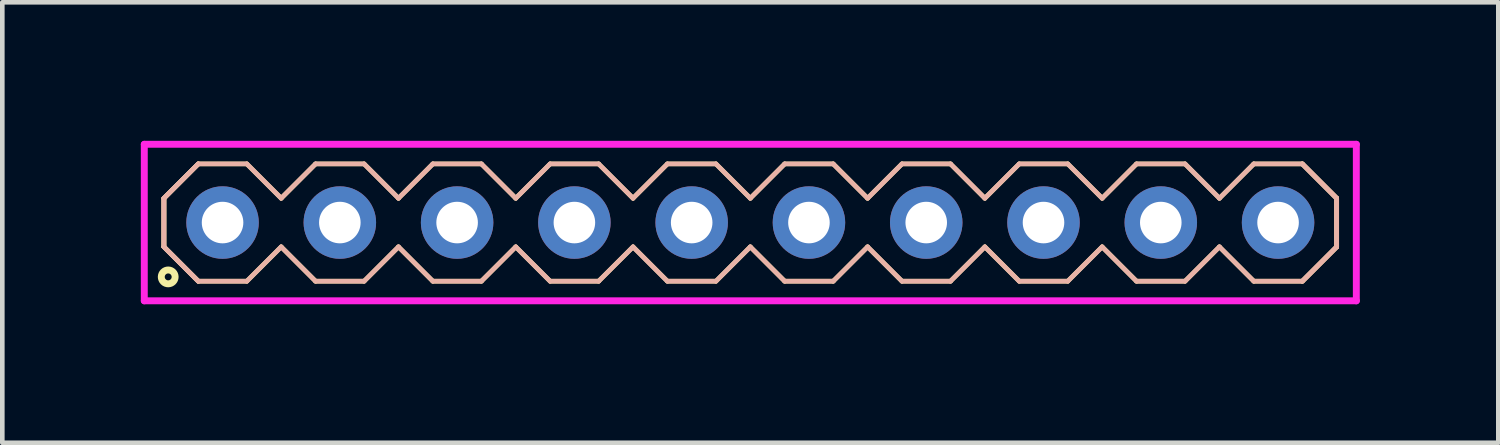
<source format=kicad_pcb>
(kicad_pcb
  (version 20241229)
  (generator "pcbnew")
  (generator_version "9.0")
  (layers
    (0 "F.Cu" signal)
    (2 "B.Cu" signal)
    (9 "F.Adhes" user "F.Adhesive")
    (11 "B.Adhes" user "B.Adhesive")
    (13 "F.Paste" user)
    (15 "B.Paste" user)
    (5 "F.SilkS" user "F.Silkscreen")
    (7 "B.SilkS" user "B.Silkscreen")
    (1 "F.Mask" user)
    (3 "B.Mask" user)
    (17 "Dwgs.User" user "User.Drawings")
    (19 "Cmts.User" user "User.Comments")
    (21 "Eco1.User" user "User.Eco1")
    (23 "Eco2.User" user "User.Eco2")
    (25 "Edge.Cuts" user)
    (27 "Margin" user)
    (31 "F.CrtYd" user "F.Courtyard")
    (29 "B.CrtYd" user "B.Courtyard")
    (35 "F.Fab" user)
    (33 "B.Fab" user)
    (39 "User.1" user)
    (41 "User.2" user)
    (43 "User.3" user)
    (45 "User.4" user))
  (footprint "HDR254P10x1"
    (layer "F.Cu")
    (at 13.2 1.77)
    (property "Reference" "HDR254P10x1" (at 0 0 0) (layer "User.1") (effects (font (size 1 1) (thickness 0.1))))
    (attr through_hole)
    (fp_line (start -12.7 -0.526) (end -11.956 -1.27) (stroke (width 0.1) (type solid)) (layer "F.SilkS"))
    (fp_line (start -12.7 -0.526) (end -11.956 -1.27) (stroke (width 0.1) (type solid)) (layer "F.SilkS"))
    (fp_line (start -12.7 0.526) (end -12.7 -0.526) (stroke (width 0.1) (type solid)) (layer "F.SilkS"))
    (fp_line (start -12.7 0.526) (end -12.7 -0.526) (stroke (width 0.1) (type solid)) (layer "F.SilkS"))
    (fp_line (start -11.956 -1.27) (end -10.904 -1.27) (stroke (width 0.1) (type solid)) (layer "F.SilkS"))
    (fp_line (start -11.956 1.27) (end -12.7 0.526) (stroke (width 0.1) (type solid)) (layer "F.SilkS"))
    (fp_line (start -11.956 1.27) (end -12.7 0.526) (stroke (width 0.1) (type solid)) (layer "F.SilkS"))
    (fp_line (start -10.904 -1.27) (end -10.16 -0.526) (stroke (width 0.1) (type solid)) (layer "F.SilkS"))
    (fp_line (start -10.904 1.27) (end -11.956 1.27) (stroke (width 0.1) (type solid)) (layer "F.SilkS"))
    (fp_line (start -10.16 -0.526) (end -9.416 -1.27) (stroke (width 0.1) (type solid)) (layer "F.SilkS"))
    (fp_line (start -10.16 0.526) (end -10.904 1.27) (stroke (width 0.1) (type solid)) (layer "F.SilkS"))
    (fp_line (start -9.416 -1.27) (end -8.364 -1.27) (stroke (width 0.1) (type solid)) (layer "F.SilkS"))
    (fp_line (start -9.416 1.27) (end -10.16 0.526) (stroke (width 0.1) (type solid)) (layer "F.SilkS"))
    (fp_line (start -8.364 -1.27) (end -7.62 -0.526) (stroke (width 0.1) (type solid)) (layer "F.SilkS"))
    (fp_line (start -8.364 1.27) (end -9.416 1.27) (stroke (width 0.1) (type solid)) (layer "F.SilkS"))
    (fp_line (start -7.62 -0.526) (end -6.876 -1.27) (stroke (width 0.1) (type solid)) (layer "F.SilkS"))
    (fp_line (start -7.62 0.526) (end -8.364 1.27) (stroke (width 0.1) (type solid)) (layer "F.SilkS"))
    (fp_line (start -6.876 -1.27) (end -5.824 -1.27) (stroke (width 0.1) (type solid)) (layer "F.SilkS"))
    (fp_line (start -6.876 1.27) (end -7.62 0.526) (stroke (width 0.1) (type solid)) (layer "F.SilkS"))
    (fp_line (start -5.824 -1.27) (end -5.08 -0.526) (stroke (width 0.1) (type solid)) (layer "F.SilkS"))
    (fp_line (start -5.824 1.27) (end -6.876 1.27) (stroke (width 0.1) (type solid)) (layer "F.SilkS"))
    (fp_line (start -5.08 -0.526) (end -4.336 -1.27) (stroke (width 0.1) (type solid)) (layer "F.SilkS"))
    (fp_line (start -5.08 0.526) (end -5.824 1.27) (stroke (width 0.1) (type solid)) (layer "F.SilkS"))
    (fp_line (start -4.336 -1.27) (end -3.284 -1.27) (stroke (width 0.1) (type solid)) (layer "F.SilkS"))
    (fp_line (start -4.336 1.27) (end -5.08 0.526) (stroke (width 0.1) (type solid)) (layer "F.SilkS"))
    (fp_line (start -3.284 -1.27) (end -2.54 -0.526) (stroke (width 0.1) (type solid)) (layer "F.SilkS"))
    (fp_line (start -3.284 1.27) (end -4.336 1.27) (stroke (width 0.1) (type solid)) (layer "F.SilkS"))
    (fp_line (start -2.54 -0.526) (end -1.796 -1.27) (stroke (width 0.1) (type solid)) (layer "F.SilkS"))
    (fp_line (start -2.54 0.526) (end -3.284 1.27) (stroke (width 0.1) (type solid)) (layer "F.SilkS"))
    (fp_line (start -1.796 -1.27) (end -0.744 -1.27) (stroke (width 0.1) (type solid)) (layer "F.SilkS"))
    (fp_line (start -1.796 1.27) (end -2.54 0.526) (stroke (width 0.1) (type solid)) (layer "F.SilkS"))
    (fp_line (start -0.744 -1.27) (end 0 -0.526) (stroke (width 0.1) (type solid)) (layer "F.SilkS"))
    (fp_line (start -0.744 1.27) (end -1.796 1.27) (stroke (width 0.1) (type solid)) (layer "F.SilkS"))
    (fp_line (start 0 -0.526) (end 0.744 -1.27) (stroke (width 0.1) (type solid)) (layer "F.SilkS"))
    (fp_line (start 0 0.526) (end -0.744 1.27) (stroke (width 0.1) (type solid)) (layer "F.SilkS"))
    (fp_line (start 0.744 -1.27) (end 1.796 -1.27) (stroke (width 0.1) (type solid)) (layer "F.SilkS"))
    (fp_line (start 0.744 1.27) (end 0 0.526) (stroke (width 0.1) (type solid)) (layer "F.SilkS"))
    (fp_line (start 1.796 -1.27) (end 2.54 -0.526) (stroke (width 0.1) (type solid)) (layer "F.SilkS"))
    (fp_line (start 1.796 1.27) (end 0.744 1.27) (stroke (width 0.1) (type solid)) (layer "F.SilkS"))
    (fp_line (start 2.54 -0.526) (end 3.284 -1.27) (stroke (width 0.1) (type solid)) (layer "F.SilkS"))
    (fp_line (start 2.54 0.526) (end 1.796 1.27) (stroke (width 0.1) (type solid)) (layer "F.SilkS"))
    (fp_line (start 3.284 -1.27) (end 4.336 -1.27) (stroke (width 0.1) (type solid)) (layer "F.SilkS"))
    (fp_line (start 3.284 1.27) (end 2.54 0.526) (stroke (width 0.1) (type solid)) (layer "F.SilkS"))
    (fp_line (start 4.336 -1.27) (end 5.08 -0.526) (stroke (width 0.1) (type solid)) (layer "F.SilkS"))
    (fp_line (start 4.336 1.27) (end 3.284 1.27) (stroke (width 0.1) (type solid)) (layer "F.SilkS"))
    (fp_line (start 5.08 -0.526) (end 5.824 -1.27) (stroke (width 0.1) (type solid)) (layer "F.SilkS"))
    (fp_line (start 5.08 0.526) (end 4.336 1.27) (stroke (width 0.1) (type solid)) (layer "F.SilkS"))
    (fp_line (start 5.824 -1.27) (end 6.876 -1.27) (stroke (width 0.1) (type solid)) (layer "F.SilkS"))
    (fp_line (start 5.824 1.27) (end 5.08 0.526) (stroke (width 0.1) (type solid)) (layer "F.SilkS"))
    (fp_line (start 6.876 -1.27) (end 7.62 -0.526) (stroke (width 0.1) (type solid)) (layer "F.SilkS"))
    (fp_line (start 6.876 1.27) (end 5.824 1.27) (stroke (width 0.1) (type solid)) (layer "F.SilkS"))
    (fp_line (start 7.62 -0.526) (end 8.364 -1.27) (stroke (width 0.1) (type solid)) (layer "F.SilkS"))
    (fp_line (start 7.62 0.526) (end 6.876 1.27) (stroke (width 0.1) (type solid)) (layer "F.SilkS"))
    (fp_line (start 8.364 -1.27) (end 9.416 -1.27) (stroke (width 0.1) (type solid)) (layer "F.SilkS"))
    (fp_line (start 8.364 1.27) (end 7.62 0.526) (stroke (width 0.1) (type solid)) (layer "F.SilkS"))
    (fp_line (start 9.416 -1.27) (end 10.16 -0.526) (stroke (width 0.1) (type solid)) (layer "F.SilkS"))
    (fp_line (start 9.416 1.27) (end 8.364 1.27) (stroke (width 0.1) (type solid)) (layer "F.SilkS"))
    (fp_line (start 10.16 -0.526) (end 10.904 -1.27) (stroke (width 0.1) (type solid)) (layer "F.SilkS"))
    (fp_line (start 10.16 0.526) (end 9.416 1.27) (stroke (width 0.1) (type solid)) (layer "F.SilkS"))
    (fp_line (start 10.904 -1.27) (end 11.956 -1.27) (stroke (width 0.1) (type solid)) (layer "F.SilkS"))
    (fp_line (start 10.904 1.27) (end 10.16 0.526) (stroke (width 0.1) (type solid)) (layer "F.SilkS"))
    (fp_line (start 11.956 -1.27) (end 12.7 -0.526) (stroke (width 0.1) (type solid)) (layer "F.SilkS"))
    (fp_line (start 11.956 -1.27) (end 12.7 -0.526) (stroke (width 0.1) (type solid)) (layer "F.SilkS"))
    (fp_line (start 11.956 1.27) (end 10.904 1.27) (stroke (width 0.1) (type solid)) (layer "F.SilkS"))
    (fp_line (start 12.7 -0.526) (end 12.7 0.526) (stroke (width 0.1) (type solid)) (layer "F.SilkS"))
    (fp_line (start 12.7 -0.526) (end 12.7 0.526) (stroke (width 0.1) (type solid)) (layer "F.SilkS"))
    (fp_line (start 12.7 0.526) (end 11.956 1.27) (stroke (width 0.1) (type solid)) (layer "F.SilkS"))
    (fp_line (start 12.7 0.526) (end 11.956 1.27) (stroke (width 0.1) (type solid)) (layer "F.SilkS"))
    (fp_circle (center -12.607 1.177) (end -12.457 1.177) (stroke (width 0.15) (type solid)) (fill no) (layer "F.SilkS"))
    (fp_line (start -12.7 -0.526) (end -11.956 -1.27) (stroke (width 0.1) (type solid)) (layer "B.SilkS"))
    (fp_line (start -12.7 -0.526) (end -11.956 -1.27) (stroke (width 0.1) (type solid)) (layer "B.SilkS"))
    (fp_line (start -12.7 0.526) (end -12.7 -0.526) (stroke (width 0.1) (type solid)) (layer "B.SilkS"))
    (fp_line (start -12.7 0.526) (end -12.7 -0.526) (stroke (width 0.1) (type solid)) (layer "B.SilkS"))
    (fp_line (start -11.956 -1.27) (end -10.904 -1.27) (stroke (width 0.1) (type solid)) (layer "B.SilkS"))
    (fp_line (start -11.956 1.27) (end -12.7 0.526) (stroke (width 0.1) (type solid)) (layer "B.SilkS"))
    (fp_line (start -11.956 1.27) (end -12.7 0.526) (stroke (width 0.1) (type solid)) (layer "B.SilkS"))
    (fp_line (start -10.904 -1.27) (end -10.16 -0.526) (stroke (width 0.1) (type solid)) (layer "B.SilkS"))
    (fp_line (start -10.904 1.27) (end -11.956 1.27) (stroke (width 0.1) (type solid)) (layer "B.SilkS"))
    (fp_line (start -10.16 -0.526) (end -9.416 -1.27) (stroke (width 0.1) (type solid)) (layer "B.SilkS"))
    (fp_line (start -10.16 0.526) (end -10.904 1.27) (stroke (width 0.1) (type solid)) (layer "B.SilkS"))
    (fp_line (start -9.416 -1.27) (end -8.364 -1.27) (stroke (width 0.1) (type solid)) (layer "B.SilkS"))
    (fp_line (start -9.416 1.27) (end -10.16 0.526) (stroke (width 0.1) (type solid)) (layer "B.SilkS"))
    (fp_line (start -8.364 -1.27) (end -7.62 -0.526) (stroke (width 0.1) (type solid)) (layer "B.SilkS"))
    (fp_line (start -8.364 1.27) (end -9.416 1.27) (stroke (width 0.1) (type solid)) (layer "B.SilkS"))
    (fp_line (start -7.62 -0.526) (end -6.876 -1.27) (stroke (width 0.1) (type solid)) (layer "B.SilkS"))
    (fp_line (start -7.62 0.526) (end -8.364 1.27) (stroke (width 0.1) (type solid)) (layer "B.SilkS"))
    (fp_line (start -6.876 -1.27) (end -5.824 -1.27) (stroke (width 0.1) (type solid)) (layer "B.SilkS"))
    (fp_line (start -6.876 1.27) (end -7.62 0.526) (stroke (width 0.1) (type solid)) (layer "B.SilkS"))
    (fp_line (start -5.824 -1.27) (end -5.08 -0.526) (stroke (width 0.1) (type solid)) (layer "B.SilkS"))
    (fp_line (start -5.824 1.27) (end -6.876 1.27) (stroke (width 0.1) (type solid)) (layer "B.SilkS"))
    (fp_line (start -5.08 -0.526) (end -4.336 -1.27) (stroke (width 0.1) (type solid)) (layer "B.SilkS"))
    (fp_line (start -5.08 0.526) (end -5.824 1.27) (stroke (width 0.1) (type solid)) (layer "B.SilkS"))
    (fp_line (start -4.336 -1.27) (end -3.284 -1.27) (stroke (width 0.1) (type solid)) (layer "B.SilkS"))
    (fp_line (start -4.336 1.27) (end -5.08 0.526) (stroke (width 0.1) (type solid)) (layer "B.SilkS"))
    (fp_line (start -3.284 -1.27) (end -2.54 -0.526) (stroke (width 0.1) (type solid)) (layer "B.SilkS"))
    (fp_line (start -3.284 1.27) (end -4.336 1.27) (stroke (width 0.1) (type solid)) (layer "B.SilkS"))
    (fp_line (start -2.54 -0.526) (end -1.796 -1.27) (stroke (width 0.1) (type solid)) (layer "B.SilkS"))
    (fp_line (start -2.54 0.526) (end -3.284 1.27) (stroke (width 0.1) (type solid)) (layer "B.SilkS"))
    (fp_line (start -1.796 -1.27) (end -0.744 -1.27) (stroke (width 0.1) (type solid)) (layer "B.SilkS"))
    (fp_line (start -1.796 1.27) (end -2.54 0.526) (stroke (width 0.1) (type solid)) (layer "B.SilkS"))
    (fp_line (start -0.744 -1.27) (end 0 -0.526) (stroke (width 0.1) (type solid)) (layer "B.SilkS"))
    (fp_line (start -0.744 1.27) (end -1.796 1.27) (stroke (width 0.1) (type solid)) (layer "B.SilkS"))
    (fp_line (start 0 -0.526) (end 0.744 -1.27) (stroke (width 0.1) (type solid)) (layer "B.SilkS"))
    (fp_line (start 0 0.526) (end -0.744 1.27) (stroke (width 0.1) (type solid)) (layer "B.SilkS"))
    (fp_line (start 0.744 -1.27) (end 1.796 -1.27) (stroke (width 0.1) (type solid)) (layer "B.SilkS"))
    (fp_line (start 0.744 1.27) (end 0 0.526) (stroke (width 0.1) (type solid)) (layer "B.SilkS"))
    (fp_line (start 1.796 -1.27) (end 2.54 -0.526) (stroke (width 0.1) (type solid)) (layer "B.SilkS"))
    (fp_line (start 1.796 1.27) (end 0.744 1.27) (stroke (width 0.1) (type solid)) (layer "B.SilkS"))
    (fp_line (start 2.54 -0.526) (end 3.284 -1.27) (stroke (width 0.1) (type solid)) (layer "B.SilkS"))
    (fp_line (start 2.54 0.526) (end 1.796 1.27) (stroke (width 0.1) (type solid)) (layer "B.SilkS"))
    (fp_line (start 3.284 -1.27) (end 4.336 -1.27) (stroke (width 0.1) (type solid)) (layer "B.SilkS"))
    (fp_line (start 3.284 1.27) (end 2.54 0.526) (stroke (width 0.1) (type solid)) (layer "B.SilkS"))
    (fp_line (start 4.336 -1.27) (end 5.08 -0.526) (stroke (width 0.1) (type solid)) (layer "B.SilkS"))
    (fp_line (start 4.336 1.27) (end 3.284 1.27) (stroke (width 0.1) (type solid)) (layer "B.SilkS"))
    (fp_line (start 5.08 -0.526) (end 5.824 -1.27) (stroke (width 0.1) (type solid)) (layer "B.SilkS"))
    (fp_line (start 5.08 0.526) (end 4.336 1.27) (stroke (width 0.1) (type solid)) (layer "B.SilkS"))
    (fp_line (start 5.824 -1.27) (end 6.876 -1.27) (stroke (width 0.1) (type solid)) (layer "B.SilkS"))
    (fp_line (start 5.824 1.27) (end 5.08 0.526) (stroke (width 0.1) (type solid)) (layer "B.SilkS"))
    (fp_line (start 6.876 -1.27) (end 7.62 -0.526) (stroke (width 0.1) (type solid)) (layer "B.SilkS"))
    (fp_line (start 6.876 1.27) (end 5.824 1.27) (stroke (width 0.1) (type solid)) (layer "B.SilkS"))
    (fp_line (start 7.62 -0.526) (end 8.364 -1.27) (stroke (width 0.1) (type solid)) (layer "B.SilkS"))
    (fp_line (start 7.62 0.526) (end 6.876 1.27) (stroke (width 0.1) (type solid)) (layer "B.SilkS"))
    (fp_line (start 8.364 -1.27) (end 9.416 -1.27) (stroke (width 0.1) (type solid)) (layer "B.SilkS"))
    (fp_line (start 8.364 1.27) (end 7.62 0.526) (stroke (width 0.1) (type solid)) (layer "B.SilkS"))
    (fp_line (start 9.416 -1.27) (end 10.16 -0.526) (stroke (width 0.1) (type solid)) (layer "B.SilkS"))
    (fp_line (start 9.416 1.27) (end 8.364 1.27) (stroke (width 0.1) (type solid)) (layer "B.SilkS"))
    (fp_line (start 10.16 -0.526) (end 10.904 -1.27) (stroke (width 0.1) (type solid)) (layer "B.SilkS"))
    (fp_line (start 10.16 0.526) (end 9.416 1.27) (stroke (width 0.1) (type solid)) (layer "B.SilkS"))
    (fp_line (start 10.904 -1.27) (end 11.956 -1.27) (stroke (width 0.1) (type solid)) (layer "B.SilkS"))
    (fp_line (start 10.904 1.27) (end 10.16 0.526) (stroke (width 0.1) (type solid)) (layer "B.SilkS"))
    (fp_line (start 11.956 -1.27) (end 12.7 -0.526) (stroke (width 0.1) (type solid)) (layer "B.SilkS"))
    (fp_line (start 11.956 -1.27) (end 12.7 -0.526) (stroke (width 0.1) (type solid)) (layer "B.SilkS"))
    (fp_line (start 11.956 1.27) (end 10.904 1.27) (stroke (width 0.1) (type solid)) (layer "B.SilkS"))
    (fp_line (start 12.7 -0.526) (end 12.7 0.526) (stroke (width 0.1) (type solid)) (layer "B.SilkS"))
    (fp_line (start 12.7 -0.526) (end 12.7 0.526) (stroke (width 0.1) (type solid)) (layer "B.SilkS"))
    (fp_line (start 12.7 0.526) (end 11.956 1.27) (stroke (width 0.1) (type solid)) (layer "B.SilkS"))
    (fp_line (start 12.7 0.526) (end 11.956 1.27) (stroke (width 0.1) (type solid)) (layer "B.SilkS"))
    (fp_line (start -13.125 -1.695) (end -13.125 1.695) (stroke (width 0.15) (type solid)) (layer "F.CrtYd"))
    (fp_line (start -13.125 1.695) (end 13.125 1.695) (stroke (width 0.15) (type solid)) (layer "F.CrtYd"))
    (fp_line (start 13.125 -1.695) (end -13.125 -1.695) (stroke (width 0.15) (type solid)) (layer "F.CrtYd"))
    (fp_line (start 13.125 1.695) (end 13.125 -1.695) (stroke (width 0.15) (type solid)) (layer "F.CrtYd"))
    (pad "1" thru_hole oval (at -11.43 0) (size 1.57 1.57) (drill 0.9) (layers "*.Cu" "*.Mask"))
    (pad "2" thru_hole oval (at -8.89 0) (size 1.57 1.57) (drill 0.9) (layers "*.Cu" "*.Mask"))
    (pad "3" thru_hole oval (at -6.35 0) (size 1.57 1.57) (drill 0.9) (layers "*.Cu" "*.Mask"))
    (pad "4" thru_hole oval (at -3.81 0) (size 1.57 1.57) (drill 0.9) (layers "*.Cu" "*.Mask"))
    (pad "5" thru_hole oval (at -1.27 0) (size 1.57 1.57) (drill 0.9) (layers "*.Cu" "*.Mask"))
    (pad "6" thru_hole oval (at 1.27 0) (size 1.57 1.57) (drill 0.9) (layers "*.Cu" "*.Mask"))
    (pad "7" thru_hole oval (at 3.81 0) (size 1.57 1.57) (drill 0.9) (layers "*.Cu" "*.Mask"))
    (pad "8" thru_hole oval (at 6.35 0) (size 1.57 1.57) (drill 0.9) (layers "*.Cu" "*.Mask"))
    (pad "9" thru_hole oval (at 8.89 0) (size 1.57 1.57) (drill 0.9) (layers "*.Cu" "*.Mask"))
    (pad "10" thru_hole oval (at 11.43 0) (size 1.57 1.57) (drill 0.9) (layers "*.Cu" "*.Mask")))
  (gr_rect
    (start -3 -3)
    (end 29.4 6.54)
    (stroke (width 0.1) (type default))
    (fill no)
    (layer "Edge.Cuts")))
</source>
